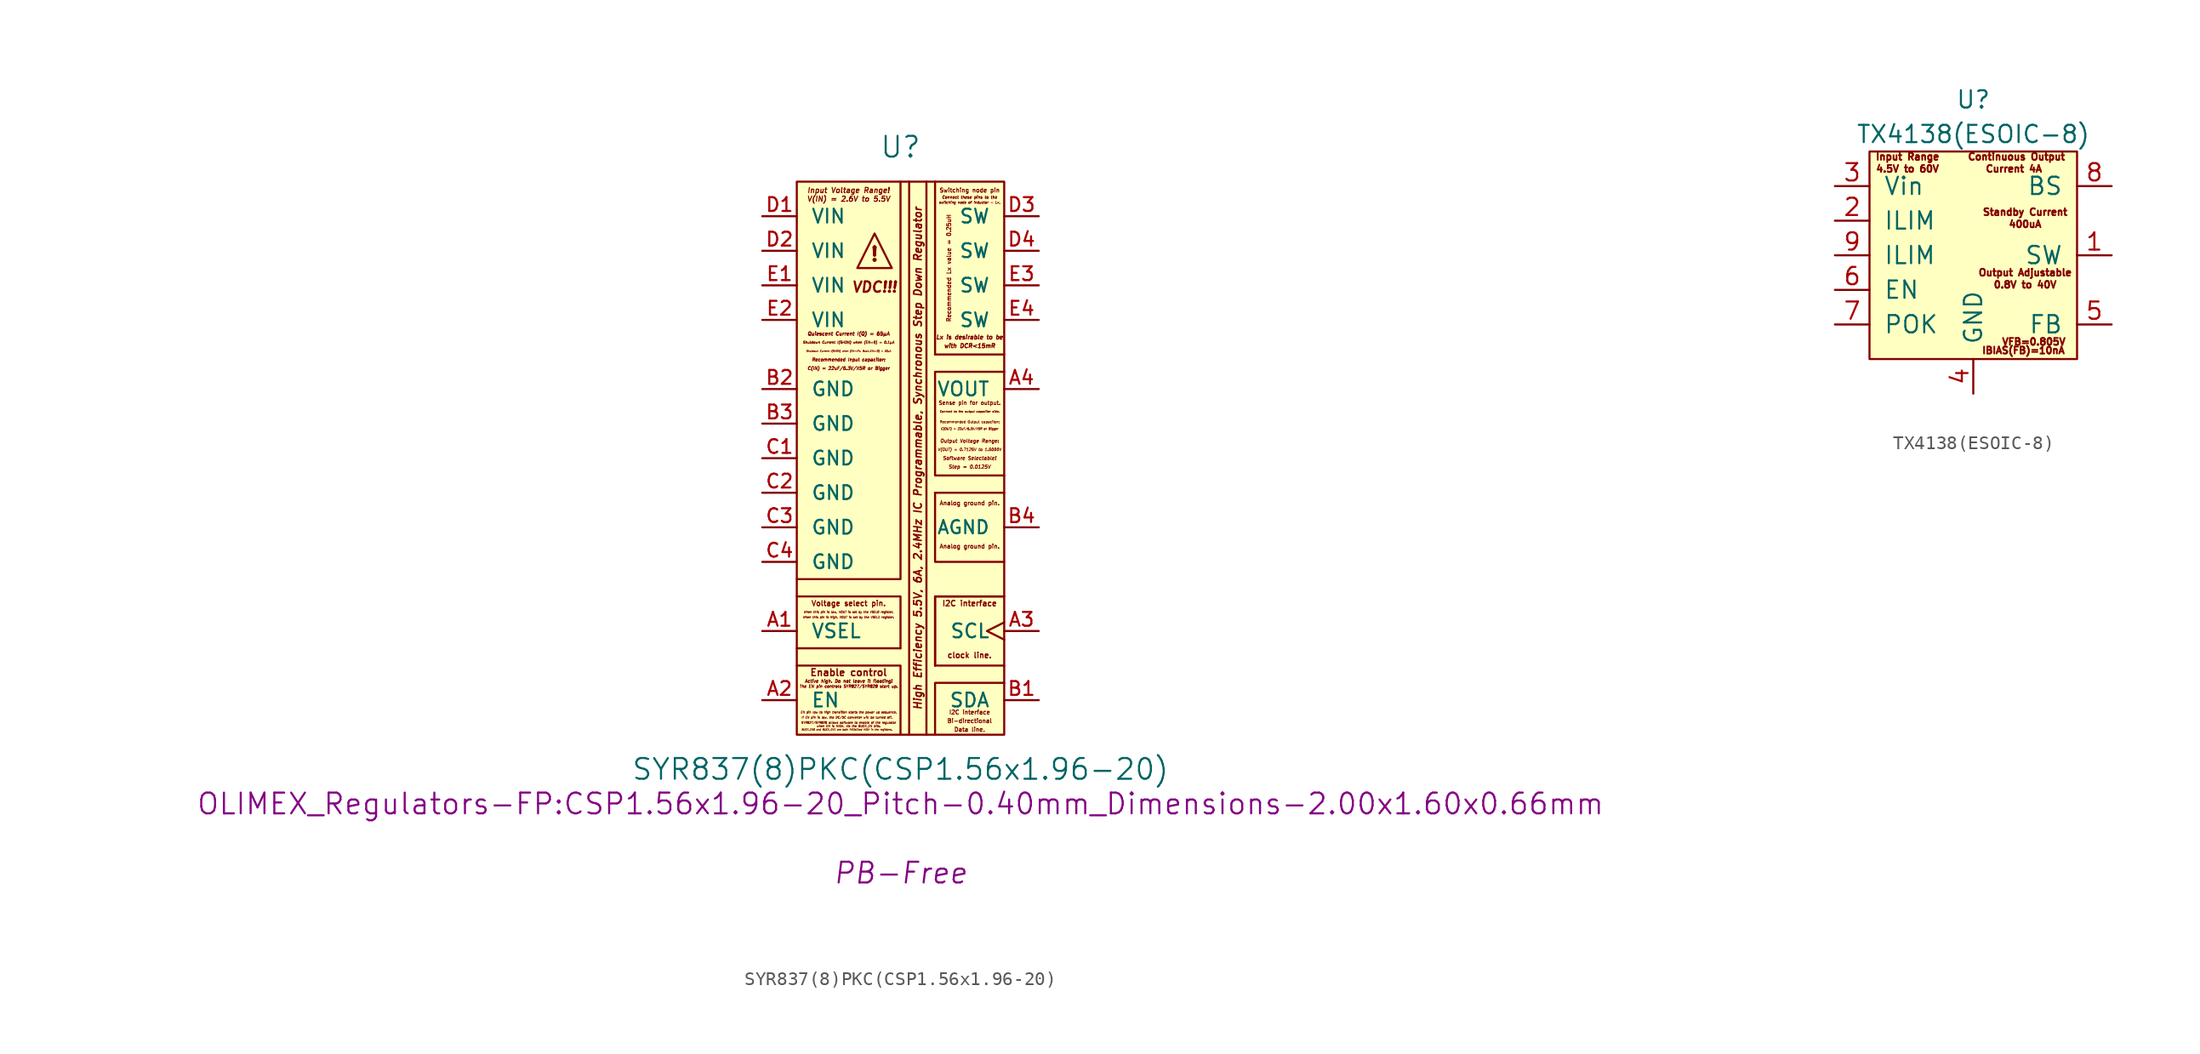
<source format=kicad_sym>
(kicad_symbol_lib
  (version 20211014)
  (generator kicad_symbol_editor)
  (symbol "SYR837(8)PKC(CSP1.56x1.96-20)"
    (pin_names
      (offset 1.016))
    (property "Reference" "U"
      (at 0 22.86 0)
      (effects (font (size 1.524 1.524))))
    (property "Value" "SYR837(8)PKC(CSP1.56x1.96-20)"
      (at 0 -22.86 0)
      (effects (font (size 1.524 1.524))))
    (property "Footprint" "OLIMEX_Regulators-FP:CSP1.56x1.96-20_Pitch-0.40mm_Dimensions-2.00x1.60x0.66mm"
      (at 0 -25.4 0)
      (effects (font (size 1.524 1.524))))
    (property "Datasheet" ""
      (at 0 -27.94 0)
      (effects (font (size 1.524 1.524))))
    (property "Note:" "PB-Free"
      (at 0 -30.48 0)
      (effects (font (size 1.524 1.524) italic)))
    (symbol "SYR837(8)PKC(CSP1.56x1.96-20)_0_0"
      (polyline (pts (xy 0 -13.97) (xy -7.62 -13.97)) (stroke (width 0) (type default) (color 0 0 0 0)) (fill (type none)))
      (polyline (pts (xy 0.635 20.32) (xy 0.635 -20.32)) (stroke (width 0) (type default) (color 0 0 0 0)) (fill (type none)))
      (polyline (pts (xy 1.905 20.32) (xy 1.905 -20.32)) (stroke (width 0) (type default) (color 0 0 0 0)) (fill (type none)))
      (polyline (pts (xy 2.54 -15.24) (xy 7.62 -15.24)) (stroke (width 0) (type default) (color 0 0 0 0)) (fill (type none)))
      (polyline (pts (xy 2.54 -2.54) (xy 7.62 -2.54)) (stroke (width 0) (type default) (color 0 0 0 0)) (fill (type none)))
      (polyline (pts (xy 2.54 7.62) (xy 2.54 20.32)) (stroke (width 0) (type default) (color 0 0 0 0)) (fill (type none)))
      (polyline (pts (xy 2.54 7.62) (xy 7.62 7.62)) (stroke (width 0) (type default) (color 0 0 0 0)) (fill (type none)))
      (polyline (pts (xy -7.62 -15.24) (xy 0 -15.24) (xy 0 -20.32)) (stroke (width 0) (type default) (color 0 0 0 0)) (fill (type none)))
      (polyline (pts (xy 0 20.32) (xy 0 -8.89) (xy -7.62 -8.89)) (stroke (width 0) (type default) (color 0 0 0 0)) (fill (type none)))
      (polyline (pts (xy 2.54 -15.24) (xy 2.54 -10.16) (xy 7.62 -10.16)) (stroke (width 0) (type default) (color 0 0 0 0)) (fill (type none)))
      (polyline (pts (xy 2.54 -15.24) (xy 2.54 -10.16) (xy 7.62 -10.16)) (stroke (width 0) (type default) (color 0 0 0 0)) (fill (type none)))
      (polyline (pts (xy 2.54 -2.54) (xy 2.54 -7.62) (xy 7.62 -7.62)) (stroke (width 0) (type default) (color 0 0 0 0)) (fill (type none)))
      (polyline (pts (xy 7.62 -16.51) (xy 2.54 -16.51) (xy 2.54 -20.32)) (stroke (width 0) (type default) (color 0 0 0 0)) (fill (type none)))
      (polyline (pts (xy -7.62 -10.16) (xy -4.445 -10.16) (xy 0 -10.16) (xy 0 -13.97)) (stroke (width 0) (type default) (color 0 0 0 0)) (fill (type none)))
      (polyline (pts (xy -3.175 13.97) (xy -1.905 16.51) (xy -0.635 13.97) (xy -3.175 13.97)) (stroke (width 0) (type default) (color 0 0 0 0)) (fill (type none)))
      (polyline (pts (xy 7.62 6.35) (xy 2.54 6.35) (xy 2.54 -1.27) (xy 7.62 -1.27)) (stroke (width 0) (type default) (color 0 0 0 0)) (fill (type none)))
      (text "!" (at -1.905 14.986 0) (effects (font (size 1.016 1.016) bold)))
      (text "Active high. Do not leave it floating!" (at -3.81 -16.383 0) (effects (font (size 0.229 0.229) italic)))
      (text "Analog ground pin." (at 5.08 -6.477 0) (effects (font (size 0.305 0.305) bold)))
      (text "Analog ground pin." (at 5.08 -3.302 0) (effects (font (size 0.305 0.305) bold)))
      (text "Bi-directional" (at 5.08 -19.304 0) (effects (font (size 0.305 0.305) bold)))
      (text "BUCK_EN0 and BUCK_EN1 are both initialized HIGH in the registers." (at -3.937 -19.939 0) (effects (font (size 0.127 0.127) italic)))
      (text "C(IN) = 22uF/6.3V/X5R or Bigger" (at -3.81 6.604 0) (effects (font (size 0.229 0.229) italic)))
      (text "C(OUT) = 22uF/6.3V/X5R or Bigger" (at 5.08 2.159 0) (effects (font (size 0.152 0.152) italic)))
      (text "clock line." (at 5.08 -14.478 0) (effects (font (size 0.406 0.406) bold)))
      (text "Connect these pins to the" (at 5.08 19.177 0) (effects (font (size 0.203 0.203) italic)))
      (text "Connect to the output capacitor side." (at 5.08 3.429 0) (effects (font (size 0.152 0.152) italic)))
      (text "Data line." (at 5.08 -19.939 0) (effects (font (size 0.305 0.305) bold)))
      (text "EN pin low to high transition starts the power up sequence." (at -3.81 -18.669 0) (effects (font (size 0.152 0.152) italic)))
      (text "Enable control" (at -3.81 -15.748 0) (effects (font (size 0.508 0.508) bold)))
      (text "High Efficiency 5.5V, 6A, 2.4MHz IC Programmable, Synchronous Step Down Regulator" (at 1.27 0 900) (effects (font (size 0.559 0.559) bold italic)))
      (text "I2C interface" (at 5.08 -18.669 0) (effects (font (size 0.305 0.305) bold)))
      (text "I2C interface" (at 5.08 -10.668 0) (effects (font (size 0.406 0.406) bold)))
      (text "If EN pin is low, the DC/DC converter will be turned off." (at -3.937 -19.05 0) (effects (font (size 0.152 0.152) italic)))
      (text "Input Voltage Range!" (at -3.81 19.685 0) (effects (font (size 0.381 0.381) bold italic)))
      (text "Lx is desirable to be" (at 5.08 8.89 0) (effects (font (size 0.305 0.305) italic)))
      (text "Output Voltage Range:" (at 5.08 1.27 0) (effects (font (size 0.254 0.254) bold italic)))
      (text "Quiescent Current I(Q) = 65µA" (at -3.81 9.144 0) (effects (font (size 0.254 0.254) italic)))
      (text "Recommended Input capacitor:" (at -3.81 7.239 0) (effects (font (size 0.229 0.229) italic)))
      (text "Recommended Lx value = 0.25uH" (at 3.556 13.97 900) (effects (font (size 0.305 0.305) bold)))
      (text "Recommended Output capacitor:" (at 5.08 2.667 0) (effects (font (size 0.178 0.178) bold)))
      (text "Sense pin for output." (at 5.08 4.064 0) (effects (font (size 0.279 0.279) bold)))
      (text "Shutdown Current I(SHDN) when (EN=0) = 0.1µA" (at -3.81 8.509 0) (effects (font (size 0.178 0.178) italic)))
      (text "Shutdown Current I(SHDN) when (EN=Vin, Buck_ENx=0) = 30µA" (at -3.81 7.874 0) (effects (font (size 0.127 0.127) italic)))
      (text "Software Selectable!" (at 5.08 0 0) (effects (font (size 0.254 0.254) bold italic)))
      (text "Step = 0.0125V" (at 5.08 -0.635 0) (effects (font (size 0.254 0.254) bold italic)))
      (text "switching node of inductor - Lx," (at 5.08 18.796 0) (effects (font (size 0.178 0.178) italic)))
      (text "Switching node pin" (at 5.08 19.685 0) (effects (font (size 0.305 0.305) bold)))
      (text "SYR827/SYR828 allows software to enable of the regulator" (at -3.81 -19.431 0) (effects (font (size 0.152 0.152) italic)))
      (text "The EN pin controls SYR827/SYR828 start up." (at -3.81 -16.764 0) (effects (font (size 0.203 0.203) italic)))
      (text "V(IN) = 2.6V to 5.5V" (at -3.81 19.05 0) (effects (font (size 0.381 0.381) bold italic)))
      (text "V(OUT) = 0.7125V to 1.5000V" (at 5.08 0.635 0) (effects (font (size 0.203 0.203) bold italic)))
      (text "VDC!!!" (at -1.905 12.573 0) (effects (font (size 0.762 0.762) bold italic)))
      (text "Voltage select pin." (at -3.81 -10.668 0) (effects (font (size 0.381 0.381) bold)))
      (text "when EN is HIGH, via the BUCK_EN bits." (at -3.81 -19.685 0) (effects (font (size 0.152 0.152) italic)))
      (text "When this pin is high, VOUT is set by the VSEL1 register." (at -3.81 -11.684 0) (effects (font (size 0.152 0.152) italic)))
      (text "When this pin is low, VOUT is set by the VSEL0 register." (at -3.81 -11.303 0) (effects (font (size 0.152 0.152) italic)))
      (text "with DCR<15mR" (at 5.08 8.255 0) (effects (font (size 0.305 0.305) italic))))
    (symbol "SYR837(8)PKC(CSP1.56x1.96-20)_0_1"
      (rectangle (start -7.62 20.32) (end 7.62 -20.32) (stroke (width 0) (type default) (color 0 0 0 0)) (fill (type background))))
    (symbol "SYR837(8)PKC(CSP1.56x1.96-20)_1_1"
      (pin input line (at -10.16 -12.7 0) (length 2.54) (name "VSEL" (effects (font (size 1.016 1.016)))) (number "A1" (effects (font (size 1.016 1.016)))))
      (pin input line (at -10.16 -17.78 0) (length 2.54) (name "EN" (effects (font (size 1.016 1.016)))) (number "A2" (effects (font (size 1.016 1.016)))))
      (pin input clock (at 10.16 -12.7 180) (length 2.54) (name "SCL" (effects (font (size 1.016 1.016)))) (number "A3" (effects (font (size 1.016 1.016)))))
      (pin input line (at 10.16 5.08 180) (length 2.54) (name "VOUT" (effects (font (size 1.016 1.016)))) (number "A4" (effects (font (size 1.016 1.016)))))
      (pin bidirectional line (at 10.16 -17.78 180) (length 2.54) (name "SDA" (effects (font (size 1.016 1.016)))) (number "B1" (effects (font (size 1.016 1.016)))))
      (pin power_in line (at -10.16 5.08 0) (length 2.54) (name "GND" (effects (font (size 1.016 1.016)))) (number "B2" (effects (font (size 1.016 1.016)))))
      (pin power_in line (at -10.16 2.54 0) (length 2.54) (name "GND" (effects (font (size 1.016 1.016)))) (number "B3" (effects (font (size 1.016 1.016)))))
      (pin power_in line (at 10.16 -5.08 180) (length 2.54) (name "AGND" (effects (font (size 0.965 0.965)))) (number "B4" (effects (font (size 1.016 1.016)))))
      (pin power_in line (at -10.16 0 0) (length 2.54) (name "GND" (effects (font (size 1.016 1.016)))) (number "C1" (effects (font (size 1.016 1.016)))))
      (pin power_in line (at -10.16 -2.54 0) (length 2.54) (name "GND" (effects (font (size 1.016 1.016)))) (number "C2" (effects (font (size 1.016 1.016)))))
      (pin power_in line (at -10.16 -5.08 0) (length 2.54) (name "GND" (effects (font (size 1.016 1.016)))) (number "C3" (effects (font (size 1.016 1.016)))))
      (pin power_in line (at -10.16 -7.62 0) (length 2.54) (name "GND" (effects (font (size 1.016 1.016)))) (number "C4" (effects (font (size 1.016 1.016)))))
      (pin power_in line (at -10.16 17.78 0) (length 2.54) (name "VIN" (effects (font (size 1.016 1.016)))) (number "D1" (effects (font (size 1.016 1.016)))))
      (pin power_in line (at -10.16 15.24 0) (length 2.54) (name "VIN" (effects (font (size 1.016 1.016)))) (number "D2" (effects (font (size 1.016 1.016)))))
      (pin power_out line (at 10.16 17.78 180) (length 2.54) (name "SW" (effects (font (size 1.016 1.016)))) (number "D3" (effects (font (size 1.016 1.016)))))
      (pin power_out line (at 10.16 15.24 180) (length 2.54) (name "SW" (effects (font (size 1.016 1.016)))) (number "D4" (effects (font (size 1.016 1.016)))))
      (pin power_in line (at -10.16 12.7 0) (length 2.54) (name "VIN" (effects (font (size 1.016 1.016)))) (number "E1" (effects (font (size 1.016 1.016)))))
      (pin power_in line (at -10.16 10.16 0) (length 2.54) (name "VIN" (effects (font (size 1.016 1.016)))) (number "E2" (effects (font (size 1.016 1.016)))))
      (pin power_out line (at 10.16 12.7 180) (length 2.54) (name "SW" (effects (font (size 1.016 1.016)))) (number "E3" (effects (font (size 1.016 1.016)))))
      (pin power_out line (at 10.16 10.16 180) (length 2.54) (name "SW" (effects (font (size 1.016 1.016)))) (number "E4" (effects (font (size 1.016 1.016)))))))
  (symbol "TX4138(ESOIC-8)"
    (pin_names
      (offset 1.016))
    (property "Reference" "U"
      (at 0 11.43 0)
      (effects (font (size 1.27 1.27))))
    (property "Value" "TX4138(ESOIC-8)"
      (at 0 8.89 0)
      (effects (font (size 1.27 1.27))))
    (symbol "TX4138(ESOIC-8)_0_0"
      (text "0.8V to 40V" (at 3.81 -2.159 0) (effects (font (size 0.508 0.508))))
      (text "4.5V to 60V" (at -4.826 6.35 0) (effects (font (size 0.508 0.508))))
      (text "400uA" (at 3.81 2.286 0) (effects (font (size 0.508 0.508))))
      (text "Continuous Output" (at 3.175 7.239 0) (effects (font (size 0.508 0.508))))
      (text "Current 4A " (at 3.175 6.35 0) (effects (font (size 0.508 0.508))))
      (text "IBIAS(FB)=10nA" (at 3.683 -6.985 0) (effects (font (size 0.508 0.508))))
      (text "Input Range" (at -4.826 7.239 0) (effects (font (size 0.508 0.508))))
      (text "Output Adjustable" (at 3.81 -1.27 0) (effects (font (size 0.508 0.508))))
      (text "Standby Current" (at 3.81 3.175 0) (effects (font (size 0.508 0.508))))
      (text "VFB=0.805V" (at 4.445 -6.35 0) (effects (font (size 0.508 0.508)))))
    (symbol "TX4138(ESOIC-8)_0_1"
      (rectangle (start -7.62 7.62) (end 7.62 -7.62) (stroke (width 0) (type default) (color 0 0 0 0)) (fill (type background))))
    (symbol "TX4138(ESOIC-8)_1_1"
      (pin output line (at 10.16 0 180) (length 2.54) (name "SW" (effects (font (size 1.27 1.27)))) (number "1" (effects (font (size 1.27 1.27)))))
      (pin input line (at -10.16 2.54 0) (length 2.54) (name "ILIM" (effects (font (size 1.27 1.27)))) (number "2" (effects (font (size 1.27 1.27)))))
      (pin power_in line (at -10.16 5.08 0) (length 2.54) (name "Vin" (effects (font (size 1.27 1.27)))) (number "3" (effects (font (size 1.27 1.27)))))
      (pin power_in line (at 0 -10.16 90) (length 2.54) (name "GND" (effects (font (size 1.27 1.27)))) (number "4" (effects (font (size 1.27 1.27)))))
      (pin input line (at 10.16 -5.08 180) (length 2.54) (name "FB" (effects (font (size 1.27 1.27)))) (number "5" (effects (font (size 1.27 1.27)))))
      (pin input line (at -10.16 -2.54 0) (length 2.54) (name "EN" (effects (font (size 1.27 1.27)))) (number "6" (effects (font (size 1.27 1.27)))))
      (pin open_collector line (at -10.16 -5.08 0) (length 2.54) (name "POK" (effects (font (size 1.27 1.27)))) (number "7" (effects (font (size 1.27 1.27)))))
      (pin passive line (at 10.16 5.08 180) (length 2.54) (name "BS" (effects (font (size 1.27 1.27)))) (number "8" (effects (font (size 1.27 1.27)))))
      (pin input line (at -10.16 0 0) (length 2.54) (name "ILIM" (effects (font (size 1.27 1.27)))) (number "9" (effects (font (size 1.27 1.27))))))))
</source>
